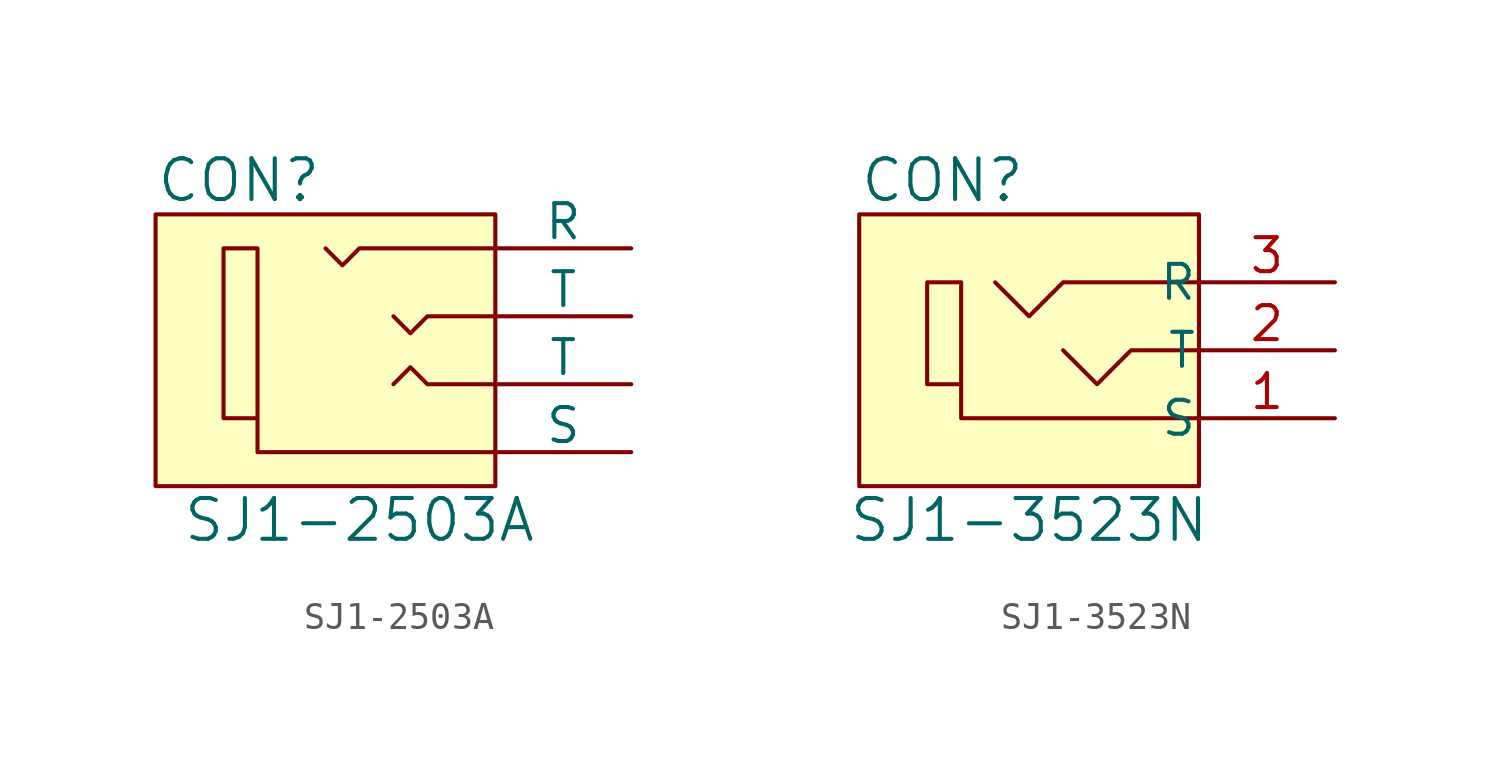
<source format=kicad_sym>
(kicad_symbol_lib
  (version 20211014)
  (generator kicad_symbol_editor)
  (symbol "SJ1-2503A"
    (pin_numbers hide)
    (pin_names
      (offset 0))
    (property "Reference" "CON"
      (at -7.62 5.08 0)
      (effects (font (size 1.524 1.524)) (justify left)))
    (property "Value" "SJ1-2503A"
      (at 0 -7.62 0)
      (effects (font (size 1.524 1.524))))
    (symbol "SJ1-2503A_0_1"
      (polyline (pts (xy 5.08 -2.54) (xy 2.54 -2.54) (xy 1.905 -1.905) (xy 1.27 -2.54)) (stroke (width 0) (type default) (color 0 0 0 0)) (fill (type none)))
      (polyline (pts (xy 5.08 0) (xy 2.54 0) (xy 1.905 -0.635) (xy 1.27 0)) (stroke (width 0) (type default) (color 0 0 0 0)) (fill (type none)))
      (polyline (pts (xy 5.08 2.54) (xy 0 2.54) (xy -0.635 1.905) (xy -1.27 2.54)) (stroke (width 0) (type default) (color 0 0 0 0)) (fill (type none)))
      (polyline (pts (xy 5.08 -5.08) (xy -3.81 -5.08) (xy -3.81 2.54) (xy -5.08 2.54) (xy -5.08 -3.81) (xy -3.81 -3.81)) (stroke (width 0) (type default) (color 0 0 0 0)) (fill (type none)))
      (rectangle (start 5.08 3.81) (end -7.62 -6.35) (stroke (width 0) (type default) (color 0 0 0 0)) (fill (type background))))
    (symbol "SJ1-2503A_1_1"
      (pin passive line (at 10.16 -5.08 180) (length 5.08) (name "S" (effects (font (size 1.27 1.27)))) (number "1" (effects (font (size 1.27 1.27)))))
      (pin passive line (at 10.16 0 180) (length 5.08) (name "T" (effects (font (size 1.27 1.27)))) (number "2" (effects (font (size 1.27 1.27)))))
      (pin passive line (at 10.16 -2.54 180) (length 5.08) (name "T" (effects (font (size 1.27 1.27)))) (number "3" (effects (font (size 1.27 1.27)))))
      (pin passive line (at 10.16 2.54 180) (length 5.08) (name "R" (effects (font (size 1.27 1.27)))) (number "4" (effects (font (size 1.27 1.27)))))))
  (symbol "SJ1-3523N"
    (pin_names
      (offset 0.051))
    (property "Reference" "CON"
      (at -7.62 6.35 0)
      (effects (font (size 1.524 1.524)) (justify left)))
    (property "Value" "SJ1-3523N"
      (at -1.27 -6.35 0)
      (effects (font (size 1.524 1.524))))
    (symbol "SJ1-3523N_0_1"
      (polyline (pts (xy 5.08 0) (xy 2.54 0) (xy 1.27 -1.27) (xy 0 0)) (stroke (width 0) (type default) (color 0 0 0 0)) (fill (type none)))
      (polyline (pts (xy 5.08 2.54) (xy 0 2.54) (xy -1.27 1.27) (xy -2.54 2.54)) (stroke (width 0) (type default) (color 0 0 0 0)) (fill (type none)))
      (polyline (pts (xy 5.08 -2.54) (xy -3.81 -2.54) (xy -3.81 2.54) (xy -5.08 2.54) (xy -5.08 -1.27) (xy -3.81 -1.27)) (stroke (width 0) (type default) (color 0 0 0 0)) (fill (type none)))
      (rectangle (start 5.08 5.08) (end -7.62 -5.08) (stroke (width 0) (type default) (color 0 0 0 0)) (fill (type background))))
    (symbol "SJ1-3523N_1_1"
      (pin passive line (at 10.16 -2.54 180) (length 5.08) (name "S" (effects (font (size 1.27 1.27)))) (number "1" (effects (font (size 1.27 1.27)))))
      (pin passive line (at 10.16 0 180) (length 5.08) (name "T" (effects (font (size 1.27 1.27)))) (number "2" (effects (font (size 1.27 1.27)))))
      (pin passive line (at 10.16 2.54 180) (length 5.08) (name "R" (effects (font (size 1.27 1.27)))) (number "3" (effects (font (size 1.27 1.27))))))))
</source>
